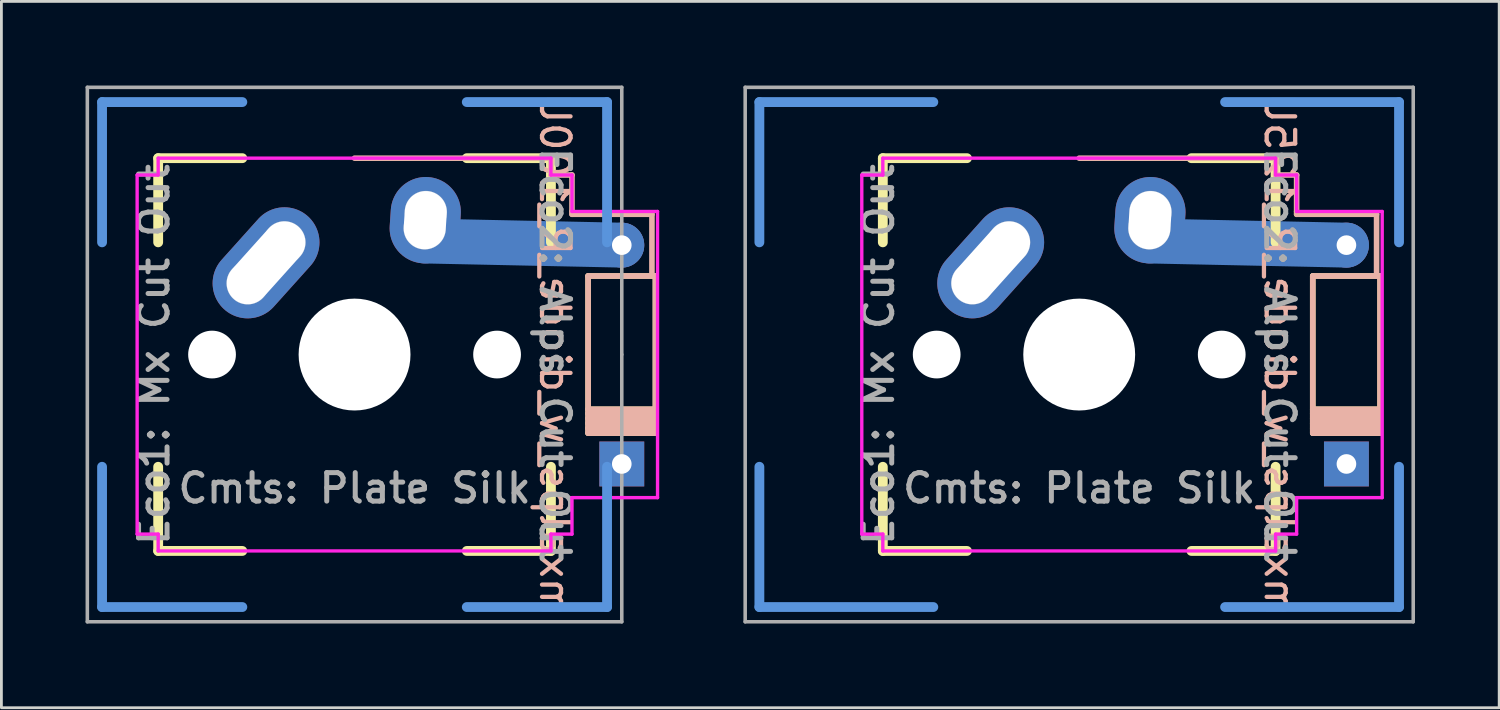
<source format=kicad_pcb>
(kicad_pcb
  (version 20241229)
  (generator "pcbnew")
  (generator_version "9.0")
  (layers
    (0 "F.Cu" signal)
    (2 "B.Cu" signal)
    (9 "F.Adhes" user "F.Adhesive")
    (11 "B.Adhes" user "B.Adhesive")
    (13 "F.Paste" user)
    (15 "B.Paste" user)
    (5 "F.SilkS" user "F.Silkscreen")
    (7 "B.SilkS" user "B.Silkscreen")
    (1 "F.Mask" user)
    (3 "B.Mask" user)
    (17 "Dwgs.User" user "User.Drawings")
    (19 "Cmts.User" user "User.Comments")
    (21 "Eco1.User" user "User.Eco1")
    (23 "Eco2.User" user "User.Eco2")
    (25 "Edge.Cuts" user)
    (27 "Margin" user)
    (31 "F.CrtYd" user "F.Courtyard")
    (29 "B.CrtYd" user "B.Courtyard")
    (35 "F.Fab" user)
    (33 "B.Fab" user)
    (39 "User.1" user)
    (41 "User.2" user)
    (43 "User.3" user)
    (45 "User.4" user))
  (footprint "mxalps_w_diode_R_100U"
    (layer "F.Cu")
    (at 9.588 9.588)
    (property "Reference" "mxalps_w_diode_R_100U" (at 7.144 0 270) (unlocked yes) (layer "B.SilkS") (effects (font (size 1.016 1.016) (thickness 0.152)) (justify mirror)))
    (attr through_hole)
    (fp_line (start -7 -7) (end -7 -4) (stroke (width 0.35) (type solid)) (layer "F.SilkS"))
    (fp_line (start -7 -7) (end -4 -7) (stroke (width 0.35) (type solid)) (layer "F.SilkS"))
    (fp_line (start -7 7) (end -7 4) (stroke (width 0.35) (type solid)) (layer "F.SilkS"))
    (fp_line (start -7 7) (end -4 7) (stroke (width 0.35) (type solid)) (layer "F.SilkS"))
    (fp_line (start 7 -7) (end 4 -7) (stroke (width 0.35) (type solid)) (layer "F.SilkS"))
    (fp_line (start 7 -7) (end 7 -4) (stroke (width 0.35) (type solid)) (layer "F.SilkS"))
    (fp_line (start 7 7) (end 4 7) (stroke (width 0.35) (type solid)) (layer "F.SilkS"))
    (fp_line (start 7 7) (end 7 4) (stroke (width 0.35) (type solid)) (layer "F.SilkS"))
    (fp_line (start 8.325 -2.8) (end 10.725 -2.8) (stroke (width 0.2) (type solid)) (layer "F.SilkS"))
    (fp_line (start 8.325 1.95) (end 10.725 1.95) (stroke (width 0.2) (type solid)) (layer "F.SilkS"))
    (fp_line (start 8.325 2.1) (end 10.725 2.1) (stroke (width 0.2) (type solid)) (layer "F.SilkS"))
    (fp_line (start 8.325 2.275) (end 10.725 2.275) (stroke (width 0.2) (type solid)) (layer "F.SilkS"))
    (fp_line (start 8.325 2.45) (end 10.725 2.45) (stroke (width 0.2) (type solid)) (layer "F.SilkS"))
    (fp_line (start 8.325 2.625) (end 10.725 2.625) (stroke (width 0.2) (type solid)) (layer "F.SilkS"))
    (fp_line (start 8.325 2.8) (end 8.325 -2.8) (stroke (width 0.2) (type solid)) (layer "F.SilkS"))
    (fp_line (start 8.325 2.8) (end 10.725 2.8) (stroke (width 0.2) (type solid)) (layer "F.SilkS"))
    (fp_line (start 10.725 -2.8) (end 10.725 2.8) (stroke (width 0.2) (type solid)) (layer "F.SilkS"))
    (fp_line (start 0 -7) (end 7 -7) (stroke (width 0.2) (type solid)) (layer "B.SilkS"))
    (fp_line (start 7 -7) (end 7 -6.4) (stroke (width 0.2) (type solid)) (layer "B.SilkS"))
    (fp_line (start 7 -6.4) (end 7.75 -6.4) (stroke (width 0.2) (type solid)) (layer "B.SilkS"))
    (fp_line (start 7.75 -6.4) (end 7.75 -5.1) (stroke (width 0.2) (type solid)) (layer "B.SilkS"))
    (fp_line (start 7.75 -5.1) (end 7.75 -5) (stroke (width 0.2) (type solid)) (layer "B.SilkS"))
    (fp_line (start 7.75 -5) (end 10.6 -5) (stroke (width 0.2) (type solid)) (layer "B.SilkS"))
    (fp_line (start 8.325 -2.8) (end 8.325 2.8) (stroke (width 0.2) (type solid)) (layer "B.SilkS"))
    (fp_line (start 10.6 -5) (end 10.6 -2.8) (stroke (width 0.2) (type solid)) (layer "B.SilkS"))
    (fp_line (start 10.725 -2.8) (end 8.325 -2.8) (stroke (width 0.2) (type solid)) (layer "B.SilkS"))
    (fp_line (start 10.725 1.95) (end 8.325 1.95) (stroke (width 0.2) (type solid)) (layer "B.SilkS"))
    (fp_line (start 10.725 2.1) (end 8.325 2.1) (stroke (width 0.2) (type solid)) (layer "B.SilkS"))
    (fp_line (start 10.725 2.275) (end 8.325 2.275) (stroke (width 0.2) (type solid)) (layer "B.SilkS"))
    (fp_line (start 10.725 2.45) (end 8.325 2.45) (stroke (width 0.2) (type solid)) (layer "B.SilkS"))
    (fp_line (start 10.725 2.625) (end 8.325 2.625) (stroke (width 0.2) (type solid)) (layer "B.SilkS"))
    (fp_line (start 10.725 2.8) (end 8.325 2.8) (stroke (width 0.2) (type solid)) (layer "B.SilkS"))
    (fp_line (start 10.725 2.8) (end 10.725 -2.8) (stroke (width 0.2) (type solid)) (layer "B.SilkS"))
    (fp_circle (center -3.81 -2.54) (end -3.06 -2.54) (stroke (width 0.01) (type solid)) (fill no) (layer "Dwgs.User"))
    (fp_circle (center -2.5 -4) (end -1.75 -4) (stroke (width 0.01) (type solid)) (fill no) (layer "Dwgs.User"))
    (fp_circle (center 2.5 -4.5) (end 3.25 -4.5) (stroke (width 0.01) (type solid)) (fill no) (layer "Dwgs.User"))
    (fp_circle (center 2.54 -5.08) (end 3.29 -5.08) (stroke (width 0.01) (type solid)) (fill no) (layer "Dwgs.User"))
    (fp_line (start -9 -9) (end -9 -4) (stroke (width 0.35) (type solid)) (layer "Cmts.User"))
    (fp_line (start -9 9) (end -9 4) (stroke (width 0.35) (type solid)) (layer "Cmts.User"))
    (fp_line (start -4 -9) (end -9 -9) (stroke (width 0.35) (type solid)) (layer "Cmts.User"))
    (fp_line (start -4 9) (end -9 9) (stroke (width 0.35) (type solid)) (layer "Cmts.User"))
    (fp_line (start 4 -9) (end 9 -9) (stroke (width 0.35) (type solid)) (layer "Cmts.User"))
    (fp_line (start 9 -9) (end 9 -4) (stroke (width 0.35) (type solid)) (layer "Cmts.User"))
    (fp_line (start 9 4) (end 9 9) (stroke (width 0.35) (type solid)) (layer "Cmts.User"))
    (fp_line (start 9 9) (end 4 9) (stroke (width 0.35) (type solid)) (layer "Cmts.User"))
    (fp_line (start -7 -7) (end -7 7) (stroke (width 0.1) (type solid)) (layer "Eco1.User"))
    (fp_line (start -7 7) (end 7 7) (stroke (width 0.1) (type solid)) (layer "Eco1.User"))
    (fp_line (start 7 -7) (end -7 -7) (stroke (width 0.1) (type solid)) (layer "Eco1.User"))
    (fp_line (start 7 7) (end 7 -7) (stroke (width 0.1) (type solid)) (layer "Eco1.User"))
    (fp_line (start -7.75 -6.4) (end -7.75 6.4) (stroke (width 0.1) (type solid)) (layer "Eco2.User"))
    (fp_line (start -7.75 6.4) (end 7.75 6.4) (stroke (width 0.1) (type solid)) (layer "Eco2.User"))
    (fp_line (start 7.75 -6.4) (end -7.75 -6.4) (stroke (width 0.1) (type solid)) (layer "Eco2.User"))
    (fp_line (start 7.75 6.4) (end 7.75 -6.4) (stroke (width 0.1) (type solid)) (layer "Eco2.User"))
    (fp_line (start -7.75 -6.4) (end -7.75 6.4) (stroke (width 0.12) (type solid)) (layer "F.CrtYd"))
    (fp_line (start -7.75 6.4) (end -7 6.4) (stroke (width 0.12) (type solid)) (layer "F.CrtYd"))
    (fp_line (start -7 -7) (end -7 -6.4) (stroke (width 0.12) (type solid)) (layer "F.CrtYd"))
    (fp_line (start -7 -6.4) (end -7.75 -6.4) (stroke (width 0.12) (type solid)) (layer "F.CrtYd"))
    (fp_line (start -7 6.4) (end -7 7) (stroke (width 0.12) (type solid)) (layer "F.CrtYd"))
    (fp_line (start -7 7) (end 7 7) (stroke (width 0.12) (type solid)) (layer "F.CrtYd"))
    (fp_line (start 7 -7) (end -7 -7) (stroke (width 0.12) (type solid)) (layer "F.CrtYd"))
    (fp_line (start 7 -6.4) (end 7 -7) (stroke (width 0.12) (type solid)) (layer "F.CrtYd"))
    (fp_line (start 7 6.4) (end 7.75 6.4) (stroke (width 0.12) (type solid)) (layer "F.CrtYd"))
    (fp_line (start 7 7) (end 7 6.4) (stroke (width 0.12) (type solid)) (layer "F.CrtYd"))
    (fp_line (start 7.75 -6.4) (end 7 -6.4) (stroke (width 0.12) (type solid)) (layer "F.CrtYd"))
    (fp_line (start 7.75 -6.4) (end 7.75 -5.1) (stroke (width 0.12) (type solid)) (layer "F.CrtYd"))
    (fp_line (start 7.75 -5.1) (end 10.8 -5.1) (stroke (width 0.12) (type solid)) (layer "F.CrtYd"))
    (fp_line (start 7.75 5.1) (end 10.8 5.1) (stroke (width 0.12) (type solid)) (layer "F.CrtYd"))
    (fp_line (start 7.75 6.4) (end 7.75 5.1) (stroke (width 0.12) (type solid)) (layer "F.CrtYd"))
    (fp_line (start 10.8 -5.1) (end 10.8 5.1) (stroke (width 0.12) (type solid)) (layer "F.CrtYd"))
    (fp_line (start -9.525 -9.525) (end -9.525 9.525) (stroke (width 0.127) (type solid)) (layer "F.Fab"))
    (fp_line (start -9.525 9.525) (end 9.525 9.525) (stroke (width 0.127) (type solid)) (layer "F.Fab"))
    (fp_line (start 9.525 -9.525) (end -9.525 -9.525) (stroke (width 0.127) (type solid)) (layer "F.Fab"))
    (fp_line (start 9.525 0) (end 9.525 -9.525) (stroke (width 0.127) (type solid)) (layer "F.Fab"))
    (fp_line (start 9.525 9.525) (end 9.525 0) (stroke (width 0.127) (type solid)) (layer "F.Fab"))
    (fp_text user "Eco1: Mx Cut Out" (at -7.144 0 90) (unlocked yes) (layer "F.Fab") (effects (font (size 1.016 1.016) (thickness 0.178))))
    (fp_text user "Cmts: Plate Silk" (at 0 4.763 0) (unlocked yes) (layer "F.Fab") (effects (font (size 1.016 1.016) (thickness 0.178))))
    (fp_text user "Eco2: Alps Cut Out" (at 7.144 0 270) (unlocked yes) (layer "F.Fab") (effects (font (size 1.016 1.016) (thickness 0.178))))
    (pad "" np_thru_hole circle (at -5.08 0) (size 1.702 1.702) (drill 1.702) (layers "*.Cu" "*.Mask"))
    (pad "" np_thru_hole circle (at 0 0) (size 3.988 3.988) (drill 3.988) (layers "*.Cu" "*.Mask"))
    (pad "" thru_hole oval (at 2.52 -4.79 356.1) (size 2.5 3.08) (drill oval 1.5 2.08) (layers "*.Cu" "*.Mask"))
    (pad "" np_thru_hole circle (at 5.08 0) (size 1.702 1.702) (drill 1.702) (layers "*.Cu" "*.Mask"))
    (pad "" thru_hole circle (at 9.525 -3.9 90) (size 1.6 1.6) (drill 0.7) (layers "*.Cu" "*.Mask"))
    (pad "" connect oval (at 9.525 -3.9 358.8) (size 8.6 1.6) (drill (offset -3.5 0)) (layers "B.Cu"))
    (pad "1" thru_hole oval (at -3.155 -3.27 318.1) (size 2.5 4.46) (drill oval 1.5 3.46) (layers "*.Cu" "*.Mask"))
    (pad "2" thru_hole rect (at 9.525 3.9 90) (size 1.6 1.6) (drill 0.7) (layers "*.Cu" "*.Mask")))
  (footprint "mxalps_w_diode_R_125U"
    (layer "F.Cu")
    (at 35.418 9.588)
    (property "Reference" "mxalps_w_diode_R_125U" (at 7.144 0 270) (unlocked yes) (layer "B.SilkS") (effects (font (size 1.016 1.016) (thickness 0.152)) (justify mirror)))
    (attr through_hole)
    (fp_line (start -7 -7) (end -7 -4) (stroke (width 0.35) (type solid)) (layer "F.SilkS"))
    (fp_line (start -7 -7) (end -4 -7) (stroke (width 0.35) (type solid)) (layer "F.SilkS"))
    (fp_line (start -7 7) (end -7 4) (stroke (width 0.35) (type solid)) (layer "F.SilkS"))
    (fp_line (start -7 7) (end -4 7) (stroke (width 0.35) (type solid)) (layer "F.SilkS"))
    (fp_line (start 7 -7) (end 4 -7) (stroke (width 0.35) (type solid)) (layer "F.SilkS"))
    (fp_line (start 7 -7) (end 7 -4) (stroke (width 0.35) (type solid)) (layer "F.SilkS"))
    (fp_line (start 7 7) (end 4 7) (stroke (width 0.35) (type solid)) (layer "F.SilkS"))
    (fp_line (start 7 7) (end 7 4) (stroke (width 0.35) (type solid)) (layer "F.SilkS"))
    (fp_line (start 8.325 -2.8) (end 10.725 -2.8) (stroke (width 0.2) (type solid)) (layer "F.SilkS"))
    (fp_line (start 8.325 1.95) (end 10.725 1.95) (stroke (width 0.2) (type solid)) (layer "F.SilkS"))
    (fp_line (start 8.325 2.1) (end 10.725 2.1) (stroke (width 0.2) (type solid)) (layer "F.SilkS"))
    (fp_line (start 8.325 2.275) (end 10.725 2.275) (stroke (width 0.2) (type solid)) (layer "F.SilkS"))
    (fp_line (start 8.325 2.45) (end 10.725 2.45) (stroke (width 0.2) (type solid)) (layer "F.SilkS"))
    (fp_line (start 8.325 2.625) (end 10.725 2.625) (stroke (width 0.2) (type solid)) (layer "F.SilkS"))
    (fp_line (start 8.325 2.8) (end 8.325 -2.8) (stroke (width 0.2) (type solid)) (layer "F.SilkS"))
    (fp_line (start 8.325 2.8) (end 10.725 2.8) (stroke (width 0.2) (type solid)) (layer "F.SilkS"))
    (fp_line (start 10.725 -2.8) (end 10.725 2.8) (stroke (width 0.2) (type solid)) (layer "F.SilkS"))
    (fp_line (start 0 -7) (end 7 -7) (stroke (width 0.2) (type solid)) (layer "B.SilkS"))
    (fp_line (start 7 -7) (end 7 -6.4) (stroke (width 0.2) (type solid)) (layer "B.SilkS"))
    (fp_line (start 7 -6.4) (end 7.75 -6.4) (stroke (width 0.2) (type solid)) (layer "B.SilkS"))
    (fp_line (start 7.75 -6.4) (end 7.75 -5.1) (stroke (width 0.2) (type solid)) (layer "B.SilkS"))
    (fp_line (start 7.75 -5.1) (end 7.75 -5) (stroke (width 0.2) (type solid)) (layer "B.SilkS"))
    (fp_line (start 7.75 -5) (end 10.6 -5) (stroke (width 0.2) (type solid)) (layer "B.SilkS"))
    (fp_line (start 8.325 -2.8) (end 8.325 2.8) (stroke (width 0.2) (type solid)) (layer "B.SilkS"))
    (fp_line (start 10.6 -5) (end 10.6 -2.8) (stroke (width 0.2) (type solid)) (layer "B.SilkS"))
    (fp_line (start 10.725 -2.8) (end 8.325 -2.8) (stroke (width 0.2) (type solid)) (layer "B.SilkS"))
    (fp_line (start 10.725 1.95) (end 8.325 1.95) (stroke (width 0.2) (type solid)) (layer "B.SilkS"))
    (fp_line (start 10.725 2.1) (end 8.325 2.1) (stroke (width 0.2) (type solid)) (layer "B.SilkS"))
    (fp_line (start 10.725 2.275) (end 8.325 2.275) (stroke (width 0.2) (type solid)) (layer "B.SilkS"))
    (fp_line (start 10.725 2.45) (end 8.325 2.45) (stroke (width 0.2) (type solid)) (layer "B.SilkS"))
    (fp_line (start 10.725 2.625) (end 8.325 2.625) (stroke (width 0.2) (type solid)) (layer "B.SilkS"))
    (fp_line (start 10.725 2.8) (end 8.325 2.8) (stroke (width 0.2) (type solid)) (layer "B.SilkS"))
    (fp_line (start 10.725 2.8) (end 10.725 -2.8) (stroke (width 0.2) (type solid)) (layer "B.SilkS"))
    (fp_circle (center -3.81 -2.54) (end -3.06 -2.54) (stroke (width 0.01) (type solid)) (fill no) (layer "Dwgs.User"))
    (fp_circle (center -2.5 -4) (end -1.75 -4) (stroke (width 0.01) (type solid)) (fill no) (layer "Dwgs.User"))
    (fp_circle (center 2.5 -4.5) (end 3.25 -4.5) (stroke (width 0.01) (type solid)) (fill no) (layer "Dwgs.User"))
    (fp_circle (center 2.54 -5.08) (end 3.29 -5.08) (stroke (width 0.01) (type solid)) (fill no) (layer "Dwgs.User"))
    (fp_line (start -11.4 -9) (end -11.4 -4) (stroke (width 0.35) (type solid)) (layer "Cmts.User"))
    (fp_line (start -11.4 -9) (end -5.2 -9) (stroke (width 0.35) (type solid)) (layer "Cmts.User"))
    (fp_line (start -11.4 9) (end -11.4 4) (stroke (width 0.35) (type solid)) (layer "Cmts.User"))
    (fp_line (start -11.4 9) (end -5.2 9) (stroke (width 0.35) (type solid)) (layer "Cmts.User"))
    (fp_line (start 11.4 -9) (end 5.2 -9) (stroke (width 0.35) (type solid)) (layer "Cmts.User"))
    (fp_line (start 11.4 -4) (end 11.4 -9) (stroke (width 0.35) (type solid)) (layer "Cmts.User"))
    (fp_line (start 11.4 9) (end 5.2 9) (stroke (width 0.35) (type solid)) (layer "Cmts.User"))
    (fp_line (start 11.4 9) (end 11.4 4) (stroke (width 0.35) (type solid)) (layer "Cmts.User"))
    (fp_line (start -7 -7) (end -7 7) (stroke (width 0.1) (type solid)) (layer "Eco1.User"))
    (fp_line (start -7 7) (end 7 7) (stroke (width 0.1) (type solid)) (layer "Eco1.User"))
    (fp_line (start 7 -7) (end -7 -7) (stroke (width 0.1) (type solid)) (layer "Eco1.User"))
    (fp_line (start 7 7) (end 7 -7) (stroke (width 0.1) (type solid)) (layer "Eco1.User"))
    (fp_line (start -7.75 -6.4) (end -7.75 6.4) (stroke (width 0.1) (type solid)) (layer "Eco2.User"))
    (fp_line (start -7.75 6.4) (end 7.75 6.4) (stroke (width 0.1) (type solid)) (layer "Eco2.User"))
    (fp_line (start 7.75 -6.4) (end -7.75 -6.4) (stroke (width 0.1) (type solid)) (layer "Eco2.User"))
    (fp_line (start 7.75 6.4) (end 7.75 -6.4) (stroke (width 0.1) (type solid)) (layer "Eco2.User"))
    (fp_line (start -7.75 -6.4) (end -7.75 6.4) (stroke (width 0.12) (type solid)) (layer "F.CrtYd"))
    (fp_line (start -7.75 6.4) (end -7 6.4) (stroke (width 0.12) (type solid)) (layer "F.CrtYd"))
    (fp_line (start -7 -7) (end -7 -6.4) (stroke (width 0.12) (type solid)) (layer "F.CrtYd"))
    (fp_line (start -7 -6.4) (end -7.75 -6.4) (stroke (width 0.12) (type solid)) (layer "F.CrtYd"))
    (fp_line (start -7 6.4) (end -7 7) (stroke (width 0.12) (type solid)) (layer "F.CrtYd"))
    (fp_line (start -7 7) (end 7 7) (stroke (width 0.12) (type solid)) (layer "F.CrtYd"))
    (fp_line (start 7 -7) (end -7 -7) (stroke (width 0.12) (type solid)) (layer "F.CrtYd"))
    (fp_line (start 7 -6.4) (end 7 -7) (stroke (width 0.12) (type solid)) (layer "F.CrtYd"))
    (fp_line (start 7 6.4) (end 7.75 6.4) (stroke (width 0.12) (type solid)) (layer "F.CrtYd"))
    (fp_line (start 7 7) (end 7 6.4) (stroke (width 0.12) (type solid)) (layer "F.CrtYd"))
    (fp_line (start 7.75 -6.4) (end 7 -6.4) (stroke (width 0.12) (type solid)) (layer "F.CrtYd"))
    (fp_line (start 7.75 -6.4) (end 7.75 -5.1) (stroke (width 0.12) (type solid)) (layer "F.CrtYd"))
    (fp_line (start 7.75 -5.1) (end 10.8 -5.1) (stroke (width 0.12) (type solid)) (layer "F.CrtYd"))
    (fp_line (start 7.75 5.1) (end 10.8 5.1) (stroke (width 0.12) (type solid)) (layer "F.CrtYd"))
    (fp_line (start 7.75 6.4) (end 7.75 5.1) (stroke (width 0.12) (type solid)) (layer "F.CrtYd"))
    (fp_line (start 10.8 -5.1) (end 10.8 5.1) (stroke (width 0.12) (type solid)) (layer "F.CrtYd"))
    (fp_line (start -11.906 -9.525) (end -11.906 9.525) (stroke (width 0.127) (type solid)) (layer "F.Fab"))
    (fp_line (start -11.906 9.525) (end 11.906 9.525) (stroke (width 0.127) (type solid)) (layer "F.Fab"))
    (fp_line (start 11.906 -9.525) (end -11.906 -9.525) (stroke (width 0.127) (type solid)) (layer "F.Fab"))
    (fp_line (start 11.906 -9.525) (end 11.906 9.525) (stroke (width 0.127) (type solid)) (layer "F.Fab"))
    (fp_text user "Eco2: Alps Cut Out" (at 7.144 0 270) (unlocked yes) (layer "F.Fab") (effects (font (size 1.016 1.016) (thickness 0.178))))
    (fp_text user "Eco1: Mx Cut Out" (at -7.144 0 90) (unlocked yes) (layer "F.Fab") (effects (font (size 1.016 1.016) (thickness 0.178))))
    (fp_text user "Cmts: Plate Silk" (at 0 4.763 0) (unlocked yes) (layer "F.Fab") (effects (font (size 1.016 1.016) (thickness 0.178))))
    (pad "" np_thru_hole circle (at -5.08 0) (size 1.702 1.702) (drill 1.702) (layers "*.Cu" "*.Mask"))
    (pad "" np_thru_hole circle (at 0 0) (size 3.988 3.988) (drill 3.988) (layers "*.Cu" "*.Mask"))
    (pad "" thru_hole oval (at 2.52 -4.79 356.1) (size 2.5 3.08) (drill oval 1.5 2.08) (layers "*.Cu" "*.Mask"))
    (pad "" np_thru_hole circle (at 5.08 0) (size 1.702 1.702) (drill 1.702) (layers "*.Cu" "*.Mask"))
    (pad "" thru_hole circle (at 9.525 -3.9 90) (size 1.6 1.6) (drill 0.7) (layers "*.Cu" "*.Mask"))
    (pad "" connect oval (at 9.525 -3.9 358.8) (size 8.6 1.6) (drill (offset -3.5 0)) (layers "B.Cu"))
    (pad "1" thru_hole oval (at -3.155 -3.27 318.1) (size 2.5 4.46) (drill oval 1.5 3.46) (layers "*.Cu" "*.Mask"))
    (pad "2" thru_hole rect (at 9.525 3.9 90) (size 1.6 1.6) (drill 0.7) (layers "*.Cu" "*.Mask")))
  (gr_rect
    (start -3 -3)
    (end 50.388 22.177)
    (stroke (width 0.1) (type default))
    (fill no)
    (layer "Edge.Cuts")))
</source>
